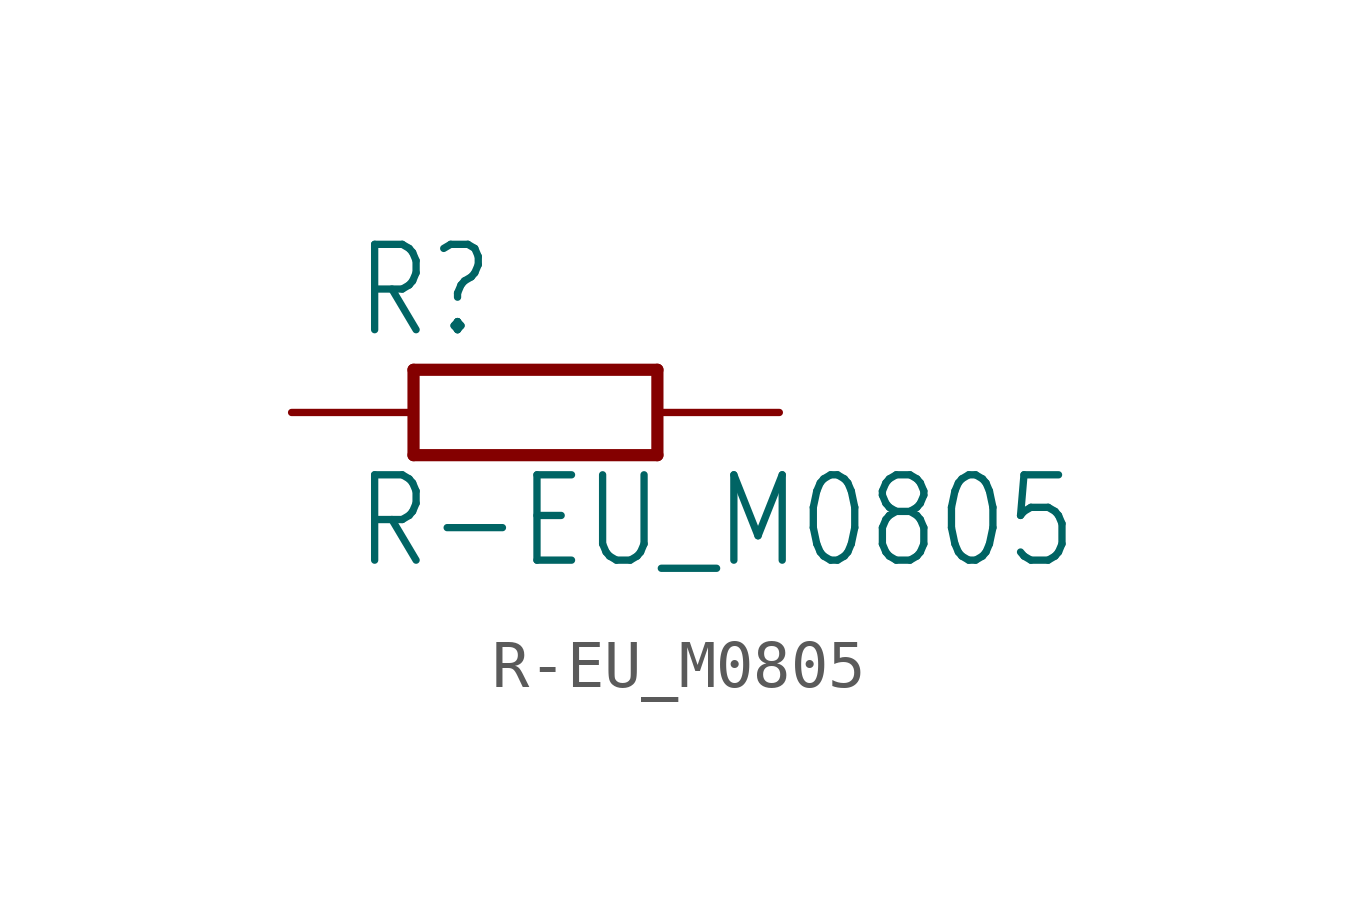
<source format=kicad_sym>
(kicad_symbol_lib
  (version 20220914)
  (generator kicad_symbol_editor)
  (symbol "R-EU_M0805"
    (property "Reference" "R"
      (at -3.81 1.499 0)
      (effects (font (size 1.778 1.511)) (justify left bottom)))
    (property "Value" "R-EU_M0805"
      (at -3.81 -3.302 0)
      (effects (font (size 1.778 1.511)) (justify left bottom)))
    (property "ki_locked" ""
      (at 0 0 0)
      (effects (font (size 1.27 1.27))))
    (symbol "R-EU_M0805_1_0"
      (polyline (pts (xy -2.54 -0.889) (xy -2.54 0.889)) (stroke (width 0.254) (type default)) (fill (type none)))
      (polyline (pts (xy -2.54 -0.889) (xy 2.54 -0.889)) (stroke (width 0.254) (type default)) (fill (type none)))
      (polyline (pts (xy 2.54 -0.889) (xy 2.54 0.889)) (stroke (width 0.254) (type default)) (fill (type none)))
      (polyline (pts (xy 2.54 0.889) (xy -2.54 0.889)) (stroke (width 0.254) (type default)) (fill (type none)))
      (pin passive line (at -5.08 0 0) (length 2.54) (name "1" (effects (font (size 0 0)))) (number "1" (effects (font (size 0 0)))))
      (pin passive line (at 5.08 0 180) (length 2.54) (name "2" (effects (font (size 0 0)))) (number "2" (effects (font (size 0 0))))))))
</source>
